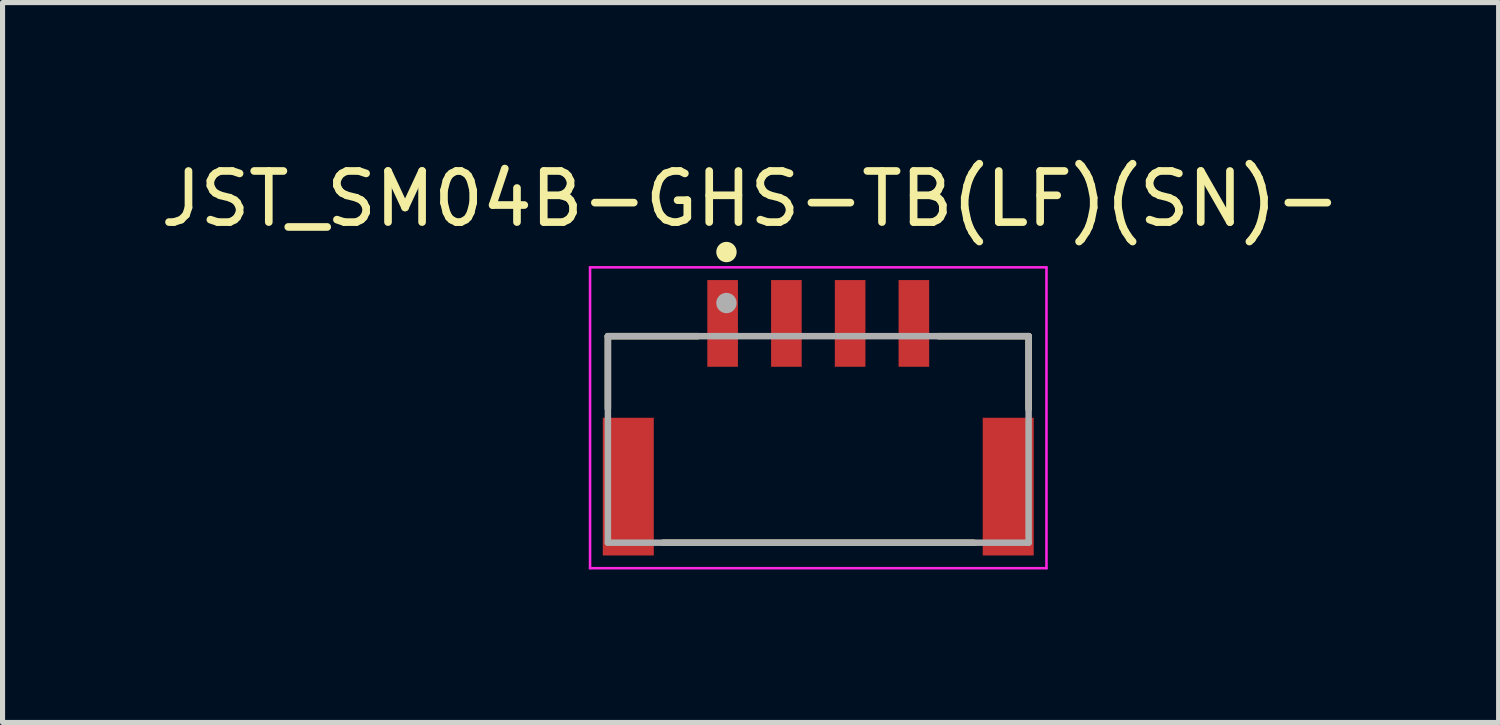
<source format=kicad_pcb>
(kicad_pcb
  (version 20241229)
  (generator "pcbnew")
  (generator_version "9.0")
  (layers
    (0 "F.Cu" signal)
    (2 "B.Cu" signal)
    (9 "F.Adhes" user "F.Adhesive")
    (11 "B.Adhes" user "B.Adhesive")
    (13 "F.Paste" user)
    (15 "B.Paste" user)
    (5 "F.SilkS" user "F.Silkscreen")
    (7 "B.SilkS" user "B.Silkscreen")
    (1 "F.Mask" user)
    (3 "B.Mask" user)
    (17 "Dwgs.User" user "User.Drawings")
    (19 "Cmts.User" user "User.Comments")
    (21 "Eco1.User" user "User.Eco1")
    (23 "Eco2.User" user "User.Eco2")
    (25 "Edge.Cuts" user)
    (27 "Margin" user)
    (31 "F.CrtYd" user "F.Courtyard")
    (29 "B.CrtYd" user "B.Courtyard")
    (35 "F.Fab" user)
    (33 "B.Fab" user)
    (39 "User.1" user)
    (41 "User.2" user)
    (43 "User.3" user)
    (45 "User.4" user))
  (footprint "JST_SM04B-GHS-TB(LF)(SN)-"
    (layer "F.Cu")
    (at 12.995 5.567)
    (property "Reference" "JST_SM04B-GHS-TB(LF)(SN)-" (at -1.327 -4.718 0) (layer "F.SilkS") (effects (font (size 1.002 1.002) (thickness 0.15))))
    (attr through_hole)
    (fp_line (start -4.125 -2.025) (end -2.36 -2.025) (stroke (width 0.127) (type solid)) (layer "F.SilkS"))
    (fp_line (start -4.125 -0.605) (end -4.125 -2.025) (stroke (width 0.127) (type solid)) (layer "F.SilkS"))
    (fp_line (start -3.04 2.025) (end 3.05 2.025) (stroke (width 0.127) (type solid)) (layer "F.SilkS"))
    (fp_line (start 4.125 -2.025) (end 2.36 -2.025) (stroke (width 0.127) (type solid)) (layer "F.SilkS"))
    (fp_line (start 4.125 -0.595) (end 4.125 -2.025) (stroke (width 0.127) (type solid)) (layer "F.SilkS"))
    (fp_circle (center -1.8 -3.675) (end -1.7 -3.675) (stroke (width 0.2) (type solid)) (fill no) (layer "F.SilkS"))
    (fp_line (start -4.475 -3.375) (end 4.475 -3.375) (stroke (width 0.05) (type solid)) (layer "F.CrtYd"))
    (fp_line (start -4.475 2.525) (end -4.475 -3.375) (stroke (width 0.05) (type solid)) (layer "F.CrtYd"))
    (fp_line (start 4.475 -3.375) (end 4.475 2.525) (stroke (width 0.05) (type solid)) (layer "F.CrtYd"))
    (fp_line (start 4.475 2.525) (end -4.475 2.525) (stroke (width 0.05) (type solid)) (layer "F.CrtYd"))
    (fp_line (start -4.125 -2.025) (end 4.125 -2.025) (stroke (width 0.127) (type solid)) (layer "F.Fab"))
    (fp_line (start -4.125 2.025) (end -4.125 -2.025) (stroke (width 0.127) (type solid)) (layer "F.Fab"))
    (fp_line (start 4.125 -2.025) (end 4.125 2.025) (stroke (width 0.127) (type solid)) (layer "F.Fab"))
    (fp_line (start 4.125 2.025) (end -4.125 2.025) (stroke (width 0.127) (type solid)) (layer "F.Fab"))
    (fp_circle (center -1.8 -2.675) (end -1.7 -2.675) (stroke (width 0.2) (type solid)) (fill no) (layer "F.Fab"))
    (pad "1" smd rect (at -1.875 -2.275 90) (size 1.7 0.6) (layers "F.Cu" "F.Mask" "F.Paste"))
    (pad "2" smd rect (at -0.625 -2.275 90) (size 1.7 0.6) (layers "F.Cu" "F.Mask" "F.Paste"))
    (pad "3" smd rect (at 0.625 -2.275 90) (size 1.7 0.6) (layers "F.Cu" "F.Mask" "F.Paste"))
    (pad "4" smd rect (at 1.875 -2.275 90) (size 1.7 0.6) (layers "F.Cu" "F.Mask" "F.Paste"))
    (pad "SH1" smd rect (at -3.725 0.925 90) (size 2.7 1) (layers "F.Cu" "F.Mask" "F.Paste"))
    (pad "SH2" smd rect (at 3.725 0.925 90) (size 2.7 1) (layers "F.Cu" "F.Mask" "F.Paste")))
  (gr_rect
    (start -3 -3)
    (end 26.336 11.117)
    (stroke (width 0.1) (type default))
    (fill no)
    (layer "Edge.Cuts")))
</source>
